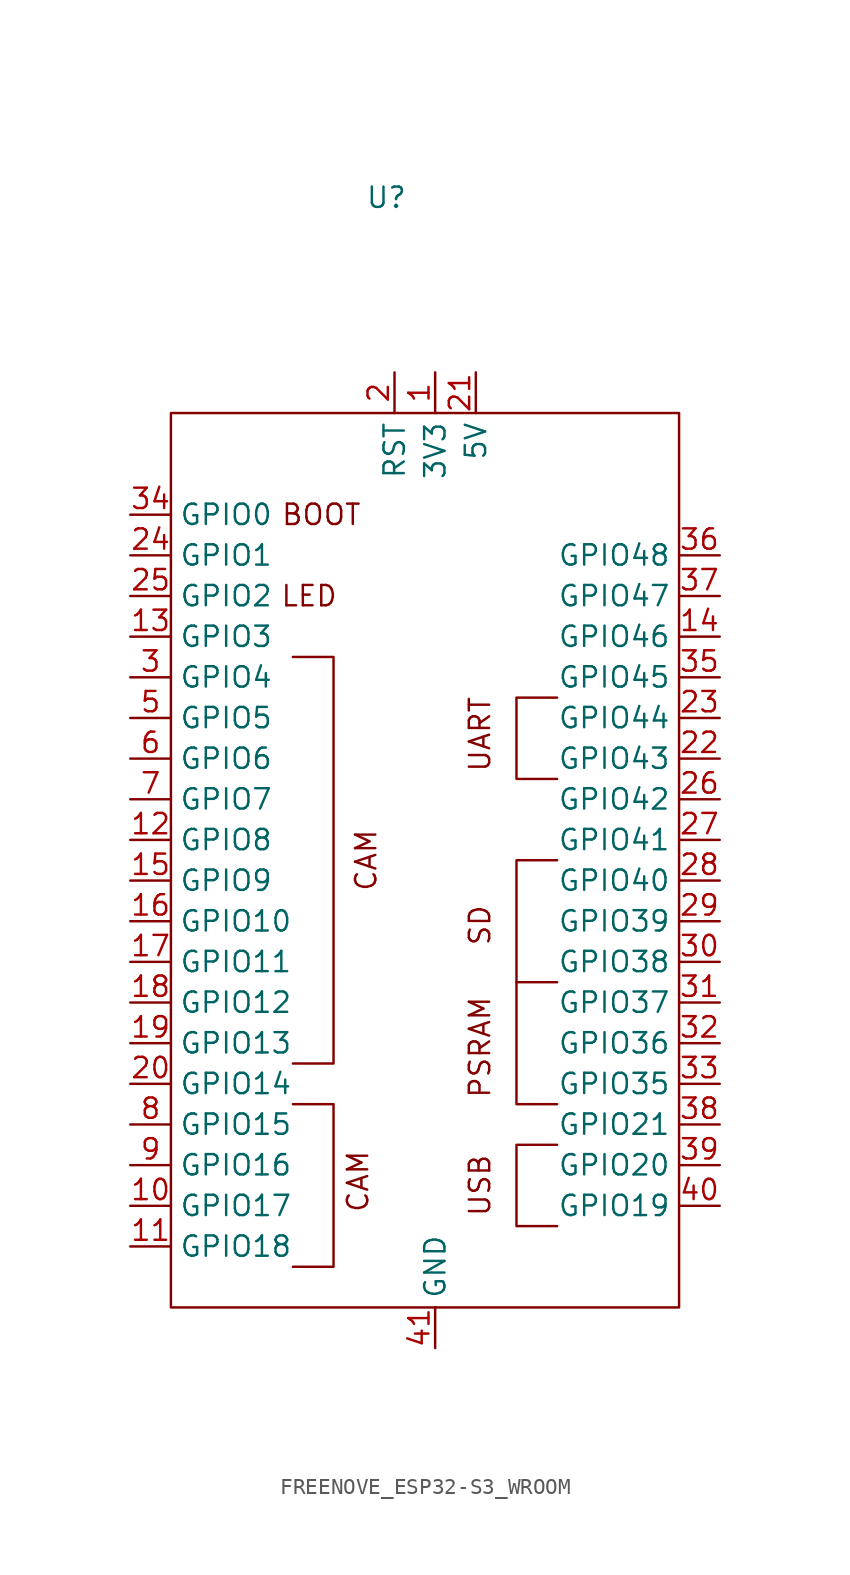
<source format=kicad_sym>
(kicad_symbol_lib
  (version 20231120)
  (generator "kicad_symbol_editor")
  (generator_version "8.0")
  (symbol "FREENOVE_ESP32-S3_WROOM"
    (property "Reference" "U"
      (at -3.048 13.462 0)
      (effects (font (size 1.27 1.27))))
    (symbol "FREENOVE_ESP32-S3_WROOM_0_1"
      (polyline (pts (xy 7.62 -22.86) (xy 5.08 -22.86) (xy 5.08 -17.78) (xy 7.62 -17.78)) (stroke (width 0) (type default)) (fill (type none))))
    (symbol "FREENOVE_ESP32-S3_WROOM_1_1"
      (rectangle (start -16.51 0) (end 15.24 -55.88) (stroke (width 0) (type default)) (fill (type none)))
      (polyline (pts (xy 7.62 -43.18) (xy 5.08 -43.18) (xy 5.08 -35.56)) (stroke (width 0) (type default)) (fill (type none)))
      (polyline (pts (xy -8.89 -43.18) (xy -6.35 -43.18) (xy -6.35 -53.34) (xy -8.89 -53.34)) (stroke (width 0) (type default)) (fill (type none)))
      (polyline (pts (xy -8.89 -15.24) (xy -6.35 -15.24) (xy -6.35 -40.64) (xy -8.89 -40.64)) (stroke (width 0) (type default)) (fill (type none)))
      (polyline (pts (xy 7.62 -45.72) (xy 5.08 -45.72) (xy 5.08 -50.8) (xy 7.62 -50.8)) (stroke (width 0) (type default)) (fill (type none)))
      (polyline (pts (xy 7.62 -35.56) (xy 5.08 -35.56) (xy 5.08 -27.94) (xy 7.62 -27.94)) (stroke (width 0) (type default)) (fill (type none)))
      (text "BOOT" (at -7.112 -6.35 0) (effects (font (size 1.27 1.27))))
      (text "CAM" (at -4.826 -48.006 900) (effects (font (size 1.27 1.27))))
      (text "CAM" (at -4.318 -27.94 900) (effects (font (size 1.27 1.27))))
      (text "LED" (at -7.874 -11.43 0) (effects (font (size 1.27 1.27))))
      (text "PSRAM" (at 2.794 -39.624 900) (effects (font (size 1.27 1.27))))
      (text "SD" (at 2.794 -32.004 900) (effects (font (size 1.27 1.27))))
      (text "UART" (at 2.794 -20.066 900) (effects (font (size 1.27 1.27))))
      (text "USB" (at 2.794 -48.26 900) (effects (font (size 1.27 1.27))))
      (pin bidirectional line (at 0 2.54 270) (length 2.54) (name "3V3" (effects (font (size 1.27 1.27)))) (number "1" (effects (font (size 1.27 1.27)))))
      (pin bidirectional line (at -19.05 -49.53 0) (length 2.54) (name "GPIO17" (effects (font (size 1.27 1.27)))) (number "10" (effects (font (size 1.27 1.27)))))
      (pin bidirectional line (at -19.05 -52.07 0) (length 2.54) (name "GPIO18" (effects (font (size 1.27 1.27)))) (number "11" (effects (font (size 1.27 1.27)))))
      (pin bidirectional line (at -19.05 -26.67 0) (length 2.54) (name "GPIO8" (effects (font (size 1.27 1.27)))) (number "12" (effects (font (size 1.27 1.27)))))
      (pin bidirectional line (at -19.05 -13.97 0) (length 2.54) (name "GPIO3" (effects (font (size 1.27 1.27)))) (number "13" (effects (font (size 1.27 1.27)))))
      (pin bidirectional line (at 17.78 -13.97 180) (length 2.54) (name "GPIO46" (effects (font (size 1.27 1.27)))) (number "14" (effects (font (size 1.27 1.27)))))
      (pin bidirectional line (at -19.05 -29.21 0) (length 2.54) (name "GPIO9" (effects (font (size 1.27 1.27)))) (number "15" (effects (font (size 1.27 1.27)))))
      (pin bidirectional line (at -19.05 -31.75 0) (length 2.54) (name "GPIO10" (effects (font (size 1.27 1.27)))) (number "16" (effects (font (size 1.27 1.27)))))
      (pin bidirectional line (at -19.05 -34.29 0) (length 2.54) (name "GPIO11" (effects (font (size 1.27 1.27)))) (number "17" (effects (font (size 1.27 1.27)))))
      (pin bidirectional line (at -19.05 -36.83 0) (length 2.54) (name "GPIO12" (effects (font (size 1.27 1.27)))) (number "18" (effects (font (size 1.27 1.27)))))
      (pin bidirectional line (at -19.05 -39.37 0) (length 2.54) (name "GPIO13" (effects (font (size 1.27 1.27)))) (number "19" (effects (font (size 1.27 1.27)))))
      (pin input line (at -2.54 2.54 270) (length 2.54) (name "RST" (effects (font (size 1.27 1.27)))) (number "2" (effects (font (size 1.27 1.27)))))
      (pin bidirectional line (at -19.05 -41.91 0) (length 2.54) (name "GPIO14" (effects (font (size 1.27 1.27)))) (number "20" (effects (font (size 1.27 1.27)))))
      (pin bidirectional line (at 2.54 2.54 270) (length 2.54) (name "5V" (effects (font (size 1.27 1.27)))) (number "21" (effects (font (size 1.27 1.27)))))
      (pin bidirectional line (at 17.78 -21.59 180) (length 2.54) (name "GPIO43" (effects (font (size 1.27 1.27)))) (number "22" (effects (font (size 1.27 1.27)))))
      (pin bidirectional line (at 17.78 -19.05 180) (length 2.54) (name "GPIO44" (effects (font (size 1.27 1.27)))) (number "23" (effects (font (size 1.27 1.27)))))
      (pin bidirectional line (at -19.05 -8.89 0) (length 2.54) (name "GPIO1" (effects (font (size 1.27 1.27)))) (number "24" (effects (font (size 1.27 1.27)))))
      (pin bidirectional line (at -19.05 -11.43 0) (length 2.54) (name "GPIO2" (effects (font (size 1.27 1.27)))) (number "25" (effects (font (size 1.27 1.27)))))
      (pin bidirectional line (at 17.78 -24.13 180) (length 2.54) (name "GPIO42" (effects (font (size 1.27 1.27)))) (number "26" (effects (font (size 1.27 1.27)))))
      (pin bidirectional line (at 17.78 -26.67 180) (length 2.54) (name "GPIO41" (effects (font (size 1.27 1.27)))) (number "27" (effects (font (size 1.27 1.27)))))
      (pin bidirectional line (at 17.78 -29.21 180) (length 2.54) (name "GPIO40" (effects (font (size 1.27 1.27)))) (number "28" (effects (font (size 1.27 1.27)))))
      (pin bidirectional line (at 17.78 -31.75 180) (length 2.54) (name "GPIO39" (effects (font (size 1.27 1.27)))) (number "29" (effects (font (size 1.27 1.27)))))
      (pin bidirectional line (at -19.05 -16.51 0) (length 2.54) (name "GPIO4" (effects (font (size 1.27 1.27)))) (number "3" (effects (font (size 1.27 1.27)))))
      (pin bidirectional line (at 17.78 -34.29 180) (length 2.54) (name "GPIO38" (effects (font (size 1.27 1.27)))) (number "30" (effects (font (size 1.27 1.27)))))
      (pin bidirectional line (at 17.78 -36.83 180) (length 2.54) (name "GPIO37" (effects (font (size 1.27 1.27)))) (number "31" (effects (font (size 1.27 1.27)))))
      (pin bidirectional line (at 17.78 -39.37 180) (length 2.54) (name "GPIO36" (effects (font (size 1.27 1.27)))) (number "32" (effects (font (size 1.27 1.27)))))
      (pin bidirectional line (at 17.78 -41.91 180) (length 2.54) (name "GPIO35" (effects (font (size 1.27 1.27)))) (number "33" (effects (font (size 1.27 1.27)))))
      (pin bidirectional line (at -19.05 -6.35 0) (length 2.54) (name "GPIO0" (effects (font (size 1.27 1.27)))) (number "34" (effects (font (size 1.27 1.27)))))
      (pin bidirectional line (at 17.78 -16.51 180) (length 2.54) (name "GPIO45" (effects (font (size 1.27 1.27)))) (number "35" (effects (font (size 1.27 1.27)))))
      (pin bidirectional line (at 17.78 -8.89 180) (length 2.54) (name "GPIO48" (effects (font (size 1.27 1.27)))) (number "36" (effects (font (size 1.27 1.27)))))
      (pin bidirectional line (at 17.78 -11.43 180) (length 2.54) (name "GPIO47" (effects (font (size 1.27 1.27)))) (number "37" (effects (font (size 1.27 1.27)))))
      (pin bidirectional line (at 17.78 -44.45 180) (length 2.54) (name "GPIO21" (effects (font (size 1.27 1.27)))) (number "38" (effects (font (size 1.27 1.27)))))
      (pin bidirectional line (at 17.78 -46.99 180) (length 2.54) (name "GPIO20" (effects (font (size 1.27 1.27)))) (number "39" (effects (font (size 1.27 1.27)))))
      (pin bidirectional line (at 17.78 -49.53 180) (length 2.54) (name "GPIO19" (effects (font (size 1.27 1.27)))) (number "40" (effects (font (size 1.27 1.27)))))
      (pin bidirectional line (at 0 -58.42 90) (length 2.54) (name "GND" (effects (font (size 1.27 1.27)))) (number "41" (effects (font (size 1.27 1.27)))))
      (pin bidirectional line (at -19.05 -19.05 0) (length 2.54) (name "GPIO5" (effects (font (size 1.27 1.27)))) (number "5" (effects (font (size 1.27 1.27)))))
      (pin bidirectional line (at -19.05 -21.59 0) (length 2.54) (name "GPIO6" (effects (font (size 1.27 1.27)))) (number "6" (effects (font (size 1.27 1.27)))))
      (pin bidirectional line (at -19.05 -24.13 0) (length 2.54) (name "GPIO7" (effects (font (size 1.27 1.27)))) (number "7" (effects (font (size 1.27 1.27)))))
      (pin bidirectional line (at -19.05 -44.45 0) (length 2.54) (name "GPIO15" (effects (font (size 1.27 1.27)))) (number "8" (effects (font (size 1.27 1.27)))))
      (pin bidirectional line (at -19.05 -46.99 0) (length 2.54) (name "GPIO16" (effects (font (size 1.27 1.27)))) (number "9" (effects (font (size 1.27 1.27))))))))
</source>
